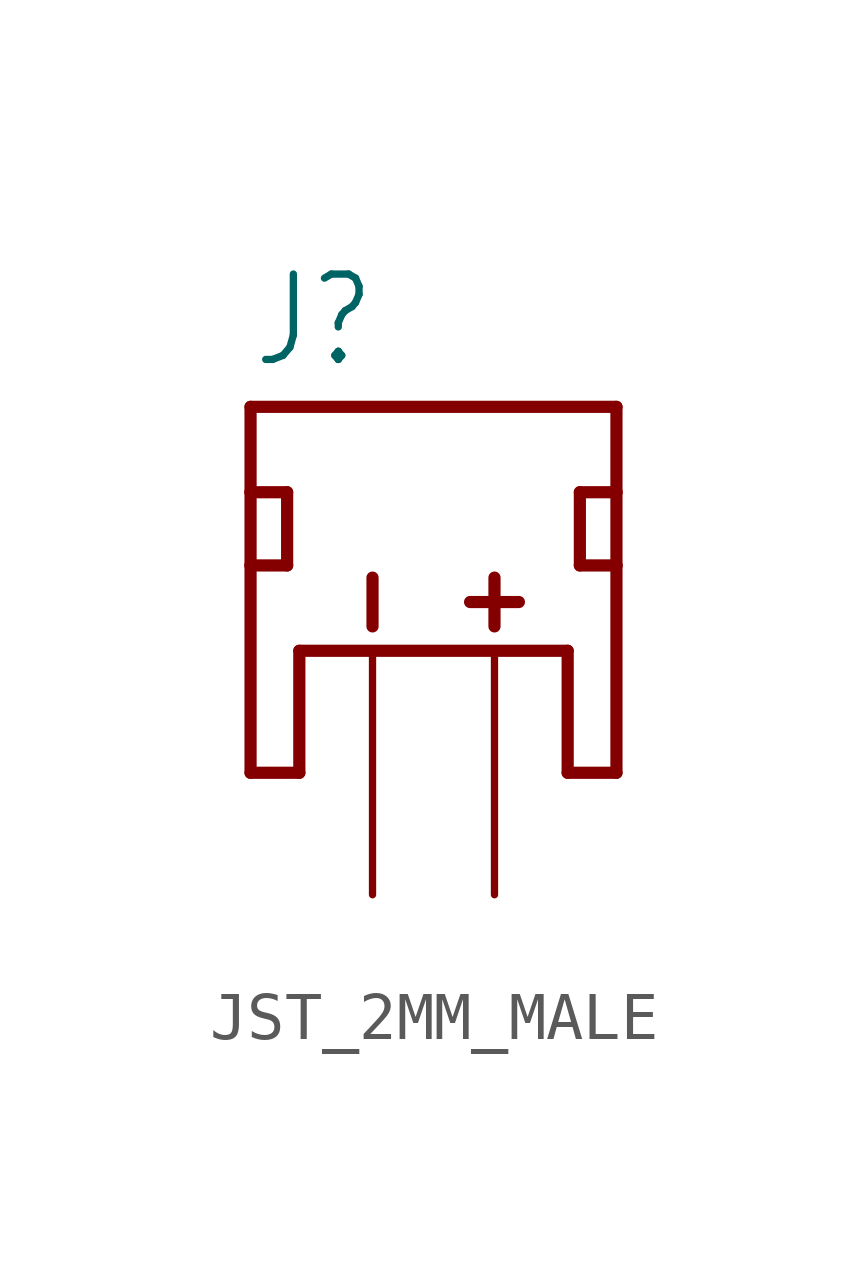
<source format=kicad_sym>
(kicad_symbol_lib
  (version 20241209)
  (generator "kicad_symbol_editor")
  (generator_version "9.0")
  (symbol "JST_2MM_MALE"
    (property "Reference" "J"
      (at -2.54 5.842 0)
      (effects (font (size 1.778 1.511)) (justify left bottom)))
    (property "ki_locked" ""
      (at 0 0 0)
      (effects (font (size 1.27 1.27))))
    (symbol "JST_2MM_MALE_1_0"
      (polyline (pts (xy -2.54 5.08) (xy 5.08 5.08)) (stroke (width 0.254) (type solid)) (fill (type none)))
      (polyline (pts (xy -2.54 3.302) (xy -2.54 5.08)) (stroke (width 0.254) (type solid)) (fill (type none)))
      (polyline (pts (xy -2.54 1.778) (xy -2.54 3.302)) (stroke (width 0.254) (type solid)) (fill (type none)))
      (polyline (pts (xy -2.54 1.778) (xy -1.778 1.778)) (stroke (width 0.254) (type solid)) (fill (type none)))
      (polyline (pts (xy -2.54 -2.54) (xy -2.54 1.778)) (stroke (width 0.254) (type solid)) (fill (type none)))
      (polyline (pts (xy -2.54 -2.54) (xy -1.524 -2.54)) (stroke (width 0.254) (type solid)) (fill (type none)))
      (polyline (pts (xy -1.778 3.302) (xy -2.54 3.302)) (stroke (width 0.254) (type solid)) (fill (type none)))
      (polyline (pts (xy -1.778 1.778) (xy -1.778 3.302)) (stroke (width 0.254) (type solid)) (fill (type none)))
      (polyline (pts (xy -1.524 0) (xy -1.524 -2.54)) (stroke (width 0.254) (type solid)) (fill (type none)))
      (polyline (pts (xy 0 0.508) (xy 0 1.524)) (stroke (width 0.254) (type solid)) (fill (type none)))
      (polyline (pts (xy 2.032 1.016) (xy 3.048 1.016)) (stroke (width 0.254) (type solid)) (fill (type none)))
      (polyline (pts (xy 2.54 0.508) (xy 2.54 1.524)) (stroke (width 0.254) (type solid)) (fill (type none)))
      (polyline (pts (xy 4.064 0) (xy -1.524 0)) (stroke (width 0.254) (type solid)) (fill (type none)))
      (polyline (pts (xy 4.064 -2.54) (xy 4.064 0)) (stroke (width 0.254) (type solid)) (fill (type none)))
      (polyline (pts (xy 4.318 3.302) (xy 5.08 3.302)) (stroke (width 0.254) (type solid)) (fill (type none)))
      (polyline (pts (xy 4.318 1.778) (xy 4.318 3.302)) (stroke (width 0.254) (type solid)) (fill (type none)))
      (polyline (pts (xy 5.08 5.08) (xy 5.08 3.302)) (stroke (width 0.254) (type solid)) (fill (type none)))
      (polyline (pts (xy 5.08 3.302) (xy 5.08 1.778)) (stroke (width 0.254) (type solid)) (fill (type none)))
      (polyline (pts (xy 5.08 1.778) (xy 4.318 1.778)) (stroke (width 0.254) (type solid)) (fill (type none)))
      (polyline (pts (xy 5.08 1.778) (xy 5.08 -2.54)) (stroke (width 0.254) (type solid)) (fill (type none)))
      (polyline (pts (xy 5.08 -2.54) (xy 4.064 -2.54)) (stroke (width 0.254) (type solid)) (fill (type none)))
      (pin bidirectional line (at -2.54 2.54 90) (length 0) (name "PAD1" (effects (font (size 0 0)))) (number "NC1" (effects (font (size 0 0)))))
      (pin bidirectional line (at 0 -5.08 90) (length 5.08) (name "-" (effects (font (size 0 0)))) (number "1" (effects (font (size 0 0)))))
      (pin bidirectional line (at 2.54 -5.08 90) (length 5.08) (name "+" (effects (font (size 0 0)))) (number "2" (effects (font (size 0 0)))))
      (pin bidirectional line (at 5.08 2.54 90) (length 0) (name "PAD2" (effects (font (size 0 0)))) (number "NC2" (effects (font (size 0 0))))))))
</source>
